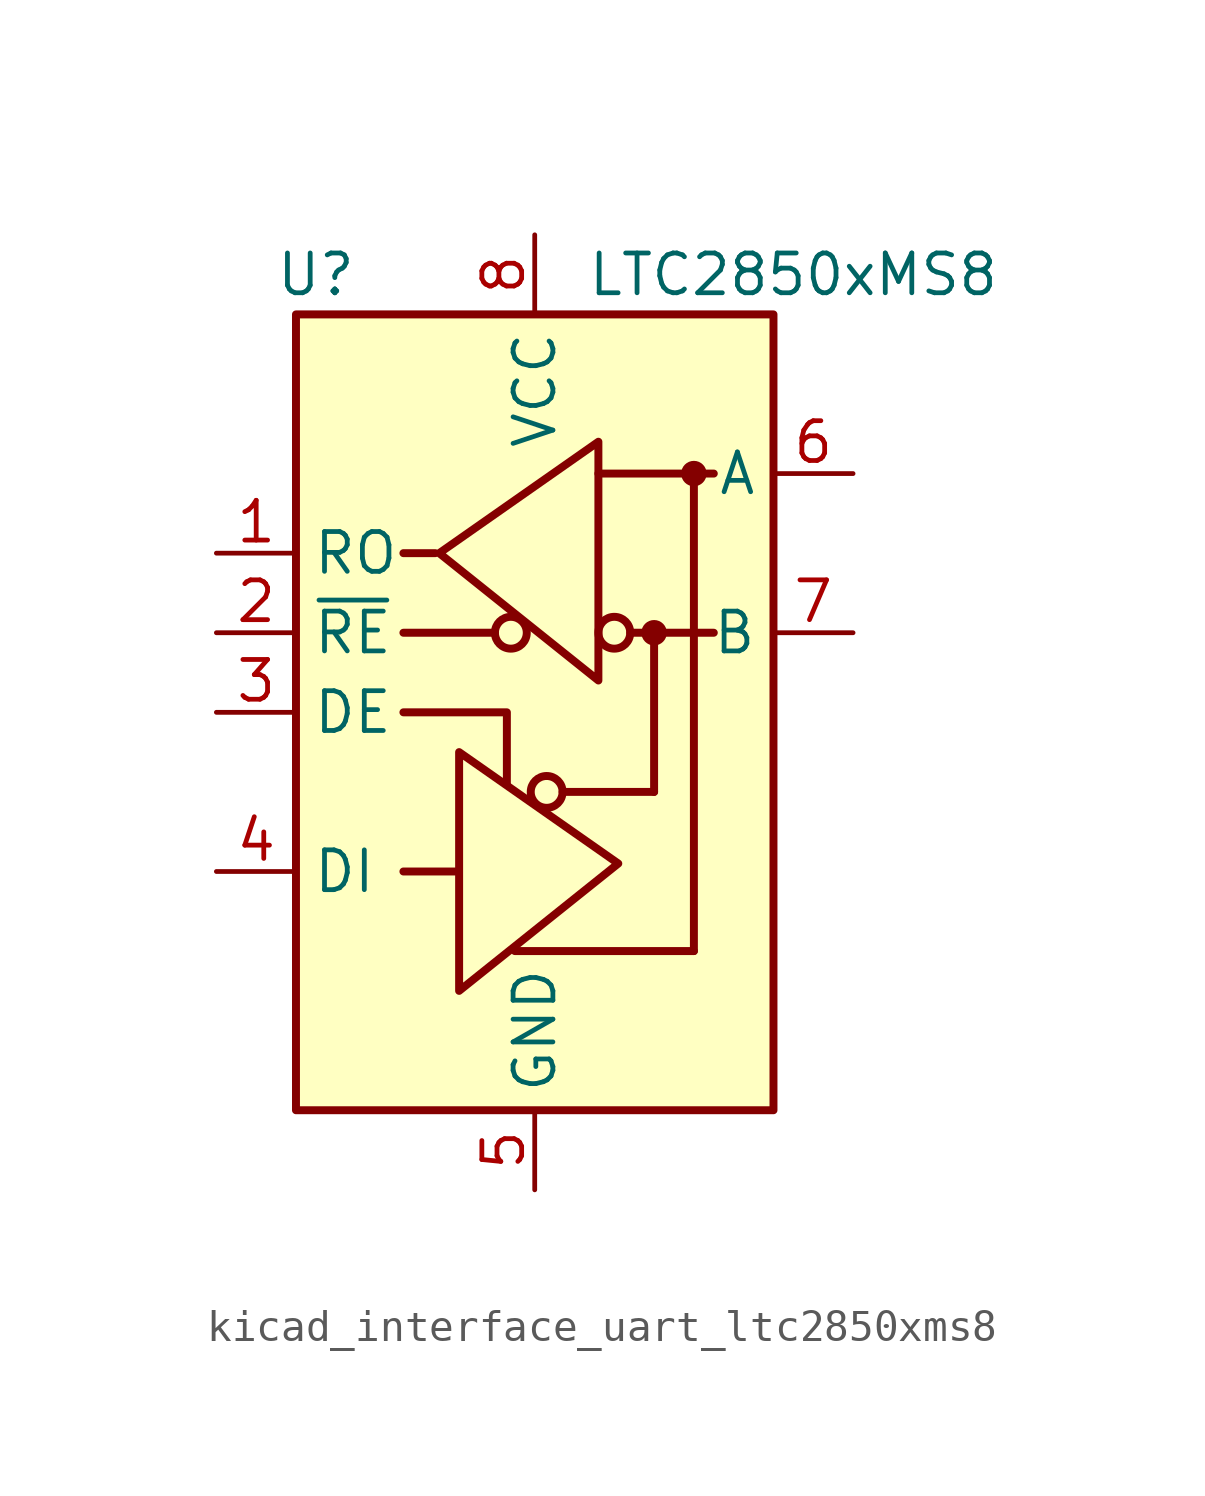
<source format=kicad_sym>
(kicad_symbol_lib
  (version 20220914)
  (generator kicad_symbol_editor)
  (symbol "kicad_interface_uart_ltc2850xms8"
    (property "Reference" "U"
      (at -6.985 13.97 0)
      (effects (font (size 1.27 1.27))))
    (property "Value" "LTC2850xMS8"
      (at 8.255 13.97 0)
      (effects (font (size 1.27 1.27))))
    (symbol "kicad_interface_uart_ltc2850xms8_0_1"
      (rectangle (start -7.62 12.7) (end 7.62 -12.7) (stroke (width 0.254) (type default)) (fill (type background))))
    (symbol "kicad_interface_uart_ltc2850xms8_1_1"
      (circle (center -0.762 2.54) (radius 0.508) (stroke (width 0.254) (type default)) (fill (type none)))
      (polyline (pts (xy -4.191 2.54) (xy -1.27 2.54)) (stroke (width 0.254) (type default)) (fill (type none)))
      (polyline (pts (xy -2.54 -5.08) (xy -4.191 -5.08)) (stroke (width 0.254) (type default)) (fill (type none)))
      (polyline (pts (xy -0.635 -7.62) (xy 5.08 -7.62)) (stroke (width 0.254) (type default)) (fill (type none)))
      (polyline (pts (xy 0.889 -2.54) (xy 3.81 -2.54)) (stroke (width 0.254) (type default)) (fill (type none)))
      (polyline (pts (xy 2.032 7.62) (xy 5.715 7.62)) (stroke (width 0.254) (type default)) (fill (type none)))
      (polyline (pts (xy 3.048 2.54) (xy 5.715 2.54)) (stroke (width 0.254) (type default)) (fill (type none)))
      (polyline (pts (xy 3.81 -2.54) (xy 3.81 2.54)) (stroke (width 0.254) (type default)) (fill (type none)))
      (polyline (pts (xy 5.08 -7.62) (xy 5.08 7.62)) (stroke (width 0.254) (type default)) (fill (type none)))
      (polyline (pts (xy -4.191 0) (xy -0.889 0) (xy -0.889 -2.286)) (stroke (width 0.254) (type default)) (fill (type none)))
      (polyline (pts (xy -3.175 5.08) (xy -4.191 5.08) (xy -4.064 5.08)) (stroke (width 0.254) (type default)) (fill (type none)))
      (polyline (pts (xy -2.413 -5.08) (xy -2.413 -1.27) (xy 2.667 -4.826) (xy -2.413 -8.89) (xy -2.413 -5.08)) (stroke (width 0.254) (type default)) (fill (type none)))
      (polyline (pts (xy 2.032 4.826) (xy 2.032 8.636) (xy -3.048 5.08) (xy 2.032 1.016) (xy 2.032 4.826)) (stroke (width 0.254) (type default)) (fill (type none)))
      (circle (center 0.381 -2.54) (radius 0.508) (stroke (width 0.254) (type default)) (fill (type none)))
      (circle (center 2.54 2.54) (radius 0.508) (stroke (width 0.254) (type default)) (fill (type none)))
      (circle (center 3.81 2.54) (radius 0.279) (stroke (width 0.254) (type default)) (fill (type outline)))
      (circle (center 5.08 7.62) (radius 0.279) (stroke (width 0.254) (type default)) (fill (type outline)))
      (pin output line (at -10.16 5.08 0) (length 2.54) (name "RO" (effects (font (size 1.27 1.27)))) (number "1" (effects (font (size 1.27 1.27)))))
      (pin input line (at -10.16 2.54 0) (length 2.54) (name "~{RE}" (effects (font (size 1.27 1.27)))) (number "2" (effects (font (size 1.27 1.27)))))
      (pin input line (at -10.16 0 0) (length 2.54) (name "DE" (effects (font (size 1.27 1.27)))) (number "3" (effects (font (size 1.27 1.27)))))
      (pin input line (at -10.16 -5.08 0) (length 2.54) (name "DI" (effects (font (size 1.27 1.27)))) (number "4" (effects (font (size 1.27 1.27)))))
      (pin power_in line (at 0 -15.24 90) (length 2.54) (name "GND" (effects (font (size 1.27 1.27)))) (number "5" (effects (font (size 1.27 1.27)))))
      (pin bidirectional line (at 10.16 7.62 180) (length 2.54) (name "A" (effects (font (size 1.27 1.27)))) (number "6" (effects (font (size 1.27 1.27)))))
      (pin bidirectional line (at 10.16 2.54 180) (length 2.54) (name "B" (effects (font (size 1.27 1.27)))) (number "7" (effects (font (size 1.27 1.27)))))
      (pin power_in line (at 0 15.24 270) (length 2.54) (name "VCC" (effects (font (size 1.27 1.27)))) (number "8" (effects (font (size 1.27 1.27))))))))
</source>
